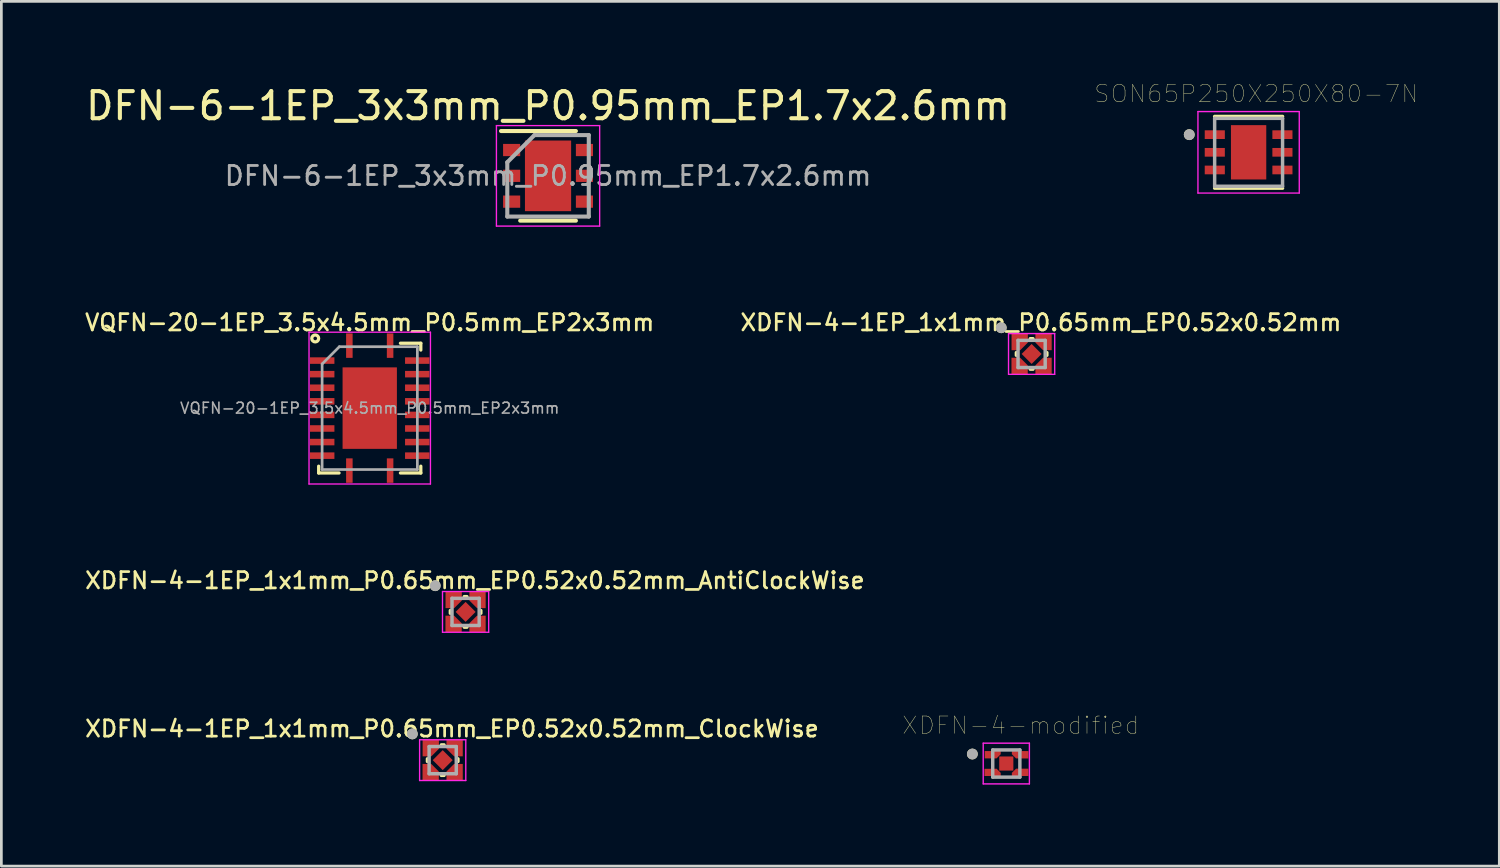
<source format=kicad_pcb>
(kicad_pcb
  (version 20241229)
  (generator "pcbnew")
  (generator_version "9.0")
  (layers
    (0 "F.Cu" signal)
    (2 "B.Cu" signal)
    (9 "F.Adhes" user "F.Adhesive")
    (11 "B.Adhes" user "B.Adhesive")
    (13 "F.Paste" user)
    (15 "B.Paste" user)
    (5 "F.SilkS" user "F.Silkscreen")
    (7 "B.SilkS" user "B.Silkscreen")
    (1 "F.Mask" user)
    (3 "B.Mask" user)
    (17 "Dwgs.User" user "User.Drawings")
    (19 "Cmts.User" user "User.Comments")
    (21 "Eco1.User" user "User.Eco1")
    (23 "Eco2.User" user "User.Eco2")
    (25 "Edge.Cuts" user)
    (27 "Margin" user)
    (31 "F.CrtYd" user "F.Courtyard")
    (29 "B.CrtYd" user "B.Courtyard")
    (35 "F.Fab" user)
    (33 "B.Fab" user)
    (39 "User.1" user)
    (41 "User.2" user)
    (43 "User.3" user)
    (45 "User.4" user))
  (footprint "DFN-6-1EP_3x3mm_P0.95mm_EP1.7x2.6mm"
    (layer "F.Cu")
    (at 17.125 3.423)
    (property "Reference" "DFN-6-1EP_3x3mm_P0.95mm_EP1.7x2.6mm" (at 0 -2.575 0) (layer "F.SilkS") (effects (font (size 1 1) (thickness 0.15))))
    (attr smd)
    (fp_line (start -1.73 -1.65) (end 1.025 -1.65) (stroke (width 0.15) (type solid)) (layer "F.SilkS"))
    (fp_line (start -1.025 1.65) (end 1.025 1.65) (stroke (width 0.15) (type solid)) (layer "F.SilkS"))
    (fp_line (start -1.9 -1.85) (end -1.9 1.85) (stroke (width 0.05) (type solid)) (layer "F.CrtYd"))
    (fp_line (start -1.9 -1.85) (end 1.9 -1.85) (stroke (width 0.05) (type solid)) (layer "F.CrtYd"))
    (fp_line (start -1.9 1.85) (end 1.9 1.85) (stroke (width 0.05) (type solid)) (layer "F.CrtYd"))
    (fp_line (start 1.9 -1.85) (end 1.9 1.85) (stroke (width 0.05) (type solid)) (layer "F.CrtYd"))
    (fp_line (start -1.5 -0.5) (end -0.5 -1.5) (stroke (width 0.15) (type solid)) (layer "F.Fab"))
    (fp_line (start -1.5 1.5) (end -1.5 -0.5) (stroke (width 0.15) (type solid)) (layer "F.Fab"))
    (fp_line (start -0.5 -1.5) (end 1.5 -1.5) (stroke (width 0.15) (type solid)) (layer "F.Fab"))
    (fp_line (start 1.5 -1.5) (end 1.5 1.5) (stroke (width 0.15) (type solid)) (layer "F.Fab"))
    (fp_line (start 1.5 1.5) (end -1.5 1.5) (stroke (width 0.15) (type solid)) (layer "F.Fab"))
    (fp_text user "${REFERENCE}" (at 0 0 0) (layer "F.Fab") (effects (font (size 0.7 0.7) (thickness 0.105))))
    (pad "" smd rect (at -0.425 -0.866) (size 0.66 0.73) (layers "F.Paste"))
    (pad "" smd rect (at -0.425 0) (size 0.66 0.73) (layers "F.Paste"))
    (pad "" smd rect (at -0.425 0.866) (size 0.66 0.73) (layers "F.Paste"))
    (pad "" smd rect (at 0.425 -0.866) (size 0.66 0.73) (layers "F.Paste"))
    (pad "" smd rect (at 0.425 0) (size 0.66 0.73) (layers "F.Paste"))
    (pad "" smd rect (at 0.425 0.866) (size 0.66 0.73) (layers "F.Paste"))
    (pad "1" smd rect (at -1.34 -0.95) (size 0.63 0.45) (layers "F.Cu" "F.Mask" "F.Paste"))
    (pad "2" smd rect (at -1.34 0) (size 0.63 0.45) (layers "F.Cu" "F.Mask" "F.Paste"))
    (pad "3" smd rect (at -1.34 0.95) (size 0.63 0.45) (layers "F.Cu" "F.Mask" "F.Paste"))
    (pad "4" smd rect (at 1.34 0.95) (size 0.63 0.45) (layers "F.Cu" "F.Mask" "F.Paste"))
    (pad "5" smd rect (at 1.34 0) (size 0.63 0.45) (layers "F.Cu" "F.Mask" "F.Paste"))
    (pad "6" smd rect (at 1.34 -0.95) (size 0.63 0.45) (layers "F.Cu" "F.Mask" "F.Paste"))
    (pad "7" smd rect (at 0 0) (size 1.7 2.6) (layers "F.Cu" "F.Mask")))
  (footprint "XDFN-4-1EP_1x1mm_P0.65mm_EP0.52x0.52mm_AntiClockWise"
    (layer "F.Cu")
    (at 14.09 19.476)
    (property "Reference" "XDFN-4-1EP_1x1mm_P0.65mm_EP0.52x0.52mm_AntiClockWise" (at 0.343 -1.156 0) (layer "F.SilkS") (effects (font (size 0.6 0.6) (thickness 0.1))))
    (attr through_hole)
    (fp_line (start -0.564 0.051) (end -0.564 -0.051) (stroke (width 0.12) (type solid)) (layer "F.SilkS"))
    (fp_line (start -0.051 -0.564) (end 0.051 -0.564) (stroke (width 0.12) (type solid)) (layer "F.SilkS"))
    (fp_line (start -0.051 0.564) (end 0.051 0.564) (stroke (width 0.12) (type solid)) (layer "F.SilkS"))
    (fp_line (start 0.564 -0.051) (end 0.564 0.051) (stroke (width 0.12) (type solid)) (layer "F.SilkS"))
    (fp_circle (center -1.118 -0.965) (end -1.018 -0.965) (stroke (width 0.2) (type solid)) (fill no) (layer "F.SilkS"))
    (fp_line (start -0.85 -0.75) (end 0.85 -0.75) (stroke (width 0.05) (type solid)) (layer "F.CrtYd"))
    (fp_line (start -0.85 0.75) (end -0.85 -0.75) (stroke (width 0.05) (type solid)) (layer "F.CrtYd"))
    (fp_line (start 0.85 -0.75) (end 0.85 0.75) (stroke (width 0.05) (type solid)) (layer "F.CrtYd"))
    (fp_line (start 0.85 0.75) (end -0.85 0.75) (stroke (width 0.05) (type solid)) (layer "F.CrtYd"))
    (fp_line (start -0.5 -0.5) (end -0.5 0.5) (stroke (width 0.127) (type solid)) (layer "F.Fab"))
    (fp_line (start -0.5 0.5) (end 0.5 0.5) (stroke (width 0.127) (type solid)) (layer "F.Fab"))
    (fp_line (start 0.5 -0.5) (end -0.5 -0.5) (stroke (width 0.127) (type solid)) (layer "F.Fab"))
    (fp_line (start 0.5 0.5) (end 0.5 -0.5) (stroke (width 0.127) (type solid)) (layer "F.Fab"))
    (fp_circle (center -1.118 -0.965) (end -1.018 -0.965) (stroke (width 0.2) (type solid)) (fill no) (layer "F.Fab"))
    (pad "1" smd custom (at -0.439 -0.439 180) (size 0.1 0.1) (layers "F.Cu" "F.Mask" "F.Paste") (options (anchor rect)) (primitives (gr_poly (pts (xy -0.3 0.3) (xy -0.3 -0.02) (xy -0.02 -0.3) (xy 0.3 -0.3) (xy 0.3 0.3)) (width 0) (fill yes))))
    (pad "2" smd custom (at 0.439 -0.439 90) (size 0.1 0.1) (layers "F.Cu" "F.Mask" "F.Paste") (options (anchor rect)) (primitives (gr_poly (pts (xy -0.3 0.3) (xy -0.3 -0.02) (xy -0.02 -0.3) (xy 0.3 -0.3) (xy 0.3 0.3)) (width 0) (fill yes))))
    (pad "3" smd custom (at 0.439 0.439) (size 0.1 0.1) (layers "F.Cu" "F.Mask" "F.Paste") (options (anchor rect)) (primitives (gr_poly (pts (xy -0.3 0.3) (xy -0.3 -0.02) (xy -0.02 -0.3) (xy 0.3 -0.3) (xy 0.3 0.3)) (width 0) (fill yes))))
    (pad "4" smd custom (at -0.442 0.439 270) (size 0.1 0.1) (layers "F.Cu" "F.Mask" "F.Paste") (options (anchor rect)) (primitives (gr_poly (pts (xy -0.3 0.3) (xy -0.3 -0.02) (xy -0.02 -0.3) (xy 0.3 -0.3) (xy 0.3 0.3)) (width 0) (fill yes))))
    (pad "5" smd rect (at 0 0 45) (size 0.52 0.52) (layers "F.Cu" "F.Mask" "F.Paste")))
  (footprint "XDFN-4-modified"
    (layer "F.Cu")
    (at 33.995 25.058)
    (property "Reference" "XDFN-4-modified" (at 0.532 -1.406 180) (layer "F.SilkS") (effects (font (size 0.64 0.64) (thickness 0.015))))
    (attr through_hole)
    (fp_circle (center -1.25 -0.35) (end -1.15 -0.35) (stroke (width 0.2) (type solid)) (fill no) (layer "F.SilkS"))
    (fp_line (start -0.85 -0.75) (end 0.85 -0.75) (stroke (width 0.05) (type solid)) (layer "F.CrtYd"))
    (fp_line (start -0.85 0.75) (end -0.85 -0.75) (stroke (width 0.05) (type solid)) (layer "F.CrtYd"))
    (fp_line (start 0.85 -0.75) (end 0.85 0.75) (stroke (width 0.05) (type solid)) (layer "F.CrtYd"))
    (fp_line (start 0.85 0.75) (end -0.85 0.75) (stroke (width 0.05) (type solid)) (layer "F.CrtYd"))
    (fp_line (start -0.5 -0.5) (end -0.5 0.5) (stroke (width 0.127) (type solid)) (layer "F.Fab"))
    (fp_line (start -0.5 0.5) (end 0.5 0.5) (stroke (width 0.127) (type solid)) (layer "F.Fab"))
    (fp_line (start 0.5 -0.5) (end -0.5 -0.5) (stroke (width 0.127) (type solid)) (layer "F.Fab"))
    (fp_line (start 0.5 0.5) (end 0.5 -0.5) (stroke (width 0.127) (type solid)) (layer "F.Fab"))
    (fp_circle (center -1.25 -0.35) (end -1.15 -0.35) (stroke (width 0.2) (type solid)) (fill no) (layer "F.Fab"))
    (pad "1" smd custom (at -0.405 -0.325) (size 0.1 0.1) (layers "F.Cu" "F.Mask" "F.Paste") (options (anchor rect)) (primitives (gr_poly (pts (xy -0.385 -0.13) (xy 0.195 -0.13) (xy 0.195 -0.02) (xy 0.045 0.13) (xy -0.385 0.13)) (width 0.01) (fill yes))))
    (pad "2" smd custom (at -0.405 0.325) (size 0.1 0.1) (layers "F.Cu" "F.Mask" "F.Paste") (options (anchor rect)) (primitives (gr_poly (pts (xy -0.395 0.13) (xy 0.195 0.13) (xy 0.195 0.02) (xy 0.045 -0.13) (xy -0.395 -0.125)) (width 0.01) (fill yes))))
    (pad "3" smd custom (at 0.405 0.325) (size 0.1 0.1) (layers "F.Cu" "F.Mask" "F.Paste") (options (anchor rect)) (primitives (gr_poly (pts (xy 0.405 0.13) (xy -0.195 0.13) (xy -0.195 0.02) (xy -0.045 -0.13) (xy 0.405 -0.13)) (width 0.01) (fill yes))))
    (pad "4" smd custom (at 0.405 -0.325) (size 0.1 0.1) (layers "F.Cu" "F.Mask" "F.Paste") (options (anchor rect)) (primitives (gr_poly (pts (xy 0.405 -0.13) (xy -0.195 -0.13) (xy -0.195 -0.02) (xy -0.045 0.13) (xy 0.405 0.135)) (width 0.01) (fill yes))))
    (pad "5" smd rect (at 0 0) (size 0.52 0.52) (layers "F.Cu" "F.Mask" "F.Paste")))
  (footprint "XDFN-4-1EP_1x1mm_P0.65mm_EP0.52x0.52mm"
    (layer "F.Cu")
    (at 34.927 9.98)
    (property "Reference" "XDFN-4-1EP_1x1mm_P0.65mm_EP0.52x0.52mm" (at 0.343 -1.156 0) (layer "F.SilkS") (effects (font (size 0.6 0.6) (thickness 0.1))))
    (attr through_hole)
    (fp_line (start -0.564 0.051) (end -0.564 -0.051) (stroke (width 0.12) (type solid)) (layer "F.SilkS"))
    (fp_line (start -0.051 -0.564) (end 0.051 -0.564) (stroke (width 0.12) (type solid)) (layer "F.SilkS"))
    (fp_line (start -0.051 0.564) (end 0.051 0.564) (stroke (width 0.12) (type solid)) (layer "F.SilkS"))
    (fp_line (start 0.564 -0.051) (end 0.564 0.051) (stroke (width 0.12) (type solid)) (layer "F.SilkS"))
    (fp_circle (center -1.118 -0.965) (end -1.018 -0.965) (stroke (width 0.2) (type solid)) (fill no) (layer "F.SilkS"))
    (fp_line (start -0.85 -0.75) (end 0.85 -0.75) (stroke (width 0.05) (type solid)) (layer "F.CrtYd"))
    (fp_line (start -0.85 0.75) (end -0.85 -0.75) (stroke (width 0.05) (type solid)) (layer "F.CrtYd"))
    (fp_line (start 0.85 -0.75) (end 0.85 0.75) (stroke (width 0.05) (type solid)) (layer "F.CrtYd"))
    (fp_line (start 0.85 0.75) (end -0.85 0.75) (stroke (width 0.05) (type solid)) (layer "F.CrtYd"))
    (fp_line (start -0.5 -0.5) (end -0.5 0.5) (stroke (width 0.127) (type solid)) (layer "F.Fab"))
    (fp_line (start -0.5 0.5) (end 0.5 0.5) (stroke (width 0.127) (type solid)) (layer "F.Fab"))
    (fp_line (start 0.5 -0.5) (end -0.5 -0.5) (stroke (width 0.127) (type solid)) (layer "F.Fab"))
    (fp_line (start 0.5 0.5) (end 0.5 -0.5) (stroke (width 0.127) (type solid)) (layer "F.Fab"))
    (fp_circle (center -1.118 -0.965) (end -1.018 -0.965) (stroke (width 0.2) (type solid)) (fill no) (layer "F.Fab"))
    (pad "1" smd custom (at -0.439 -0.439 180) (size 0.1 0.1) (layers "F.Cu" "F.Mask" "F.Paste") (options (anchor rect)) (primitives (gr_poly (pts (xy -0.3 0.3) (xy -0.3 -0.02) (xy -0.02 -0.3) (xy 0.3 -0.3) (xy 0.3 0.3)) (width 0) (fill yes))))
    (pad "2" smd custom (at -0.442 0.439 270) (size 0.1 0.1) (layers "F.Cu" "F.Mask" "F.Paste") (options (anchor rect)) (primitives (gr_poly (pts (xy -0.3 0.3) (xy -0.3 -0.02) (xy -0.02 -0.3) (xy 0.3 -0.3) (xy 0.3 0.3)) (width 0) (fill yes))))
    (pad "3" smd custom (at 0.439 0.439) (size 0.1 0.1) (layers "F.Cu" "F.Mask" "F.Paste") (options (anchor rect)) (primitives (gr_poly (pts (xy -0.3 0.3) (xy -0.3 -0.02) (xy -0.02 -0.3) (xy 0.3 -0.3) (xy 0.3 0.3)) (width 0) (fill yes))))
    (pad "4" smd custom (at 0.439 -0.439 90) (size 0.1 0.1) (layers "F.Cu" "F.Mask" "F.Paste") (options (anchor rect)) (primitives (gr_poly (pts (xy -0.3 0.3) (xy -0.3 -0.02) (xy -0.02 -0.3) (xy 0.3 -0.3) (xy 0.3 0.3)) (width 0) (fill yes))))
    (pad "5" smd rect (at 0 0 45) (size 0.52 0.52) (layers "F.Cu" "F.Mask" "F.Paste")))
  (footprint "VQFN-20-1EP_3.5x4.5mm_P0.5mm_EP2x3mm"
    (layer "F.Cu")
    (at 10.561 11.974)
    (property "Reference" "VQFN-20-1EP_3.5x4.5mm_P0.5mm_EP2x3mm" (at 0 -3.15 0) (layer "F.SilkS") (effects (font (size 0.6 0.6) (thickness 0.1))))
    (attr smd)
    (fp_line (start -1.88 2.388) (end -1.88 2.138) (stroke (width 0.12) (type solid)) (layer "F.SilkS"))
    (fp_line (start -1.13 2.388) (end -1.88 2.388) (stroke (width 0.12) (type solid)) (layer "F.SilkS"))
    (fp_line (start 1.13 -2.388) (end 1.88 -2.388) (stroke (width 0.12) (type solid)) (layer "F.SilkS"))
    (fp_line (start 1.13 2.388) (end 1.88 2.388) (stroke (width 0.12) (type solid)) (layer "F.SilkS"))
    (fp_line (start 1.88 -2.388) (end 1.88 -2.138) (stroke (width 0.12) (type solid)) (layer "F.SilkS"))
    (fp_line (start 1.88 2.388) (end 1.88 2.138) (stroke (width 0.12) (type solid)) (layer "F.SilkS"))
    (fp_circle (center -2.007 -2.565) (end -1.88 -2.565) (stroke (width 0.12) (type solid)) (fill no) (layer "F.SilkS"))
    (fp_line (start -2.235 -2.794) (end -2.235 2.794) (stroke (width 0.05) (type solid)) (layer "F.CrtYd"))
    (fp_line (start -2.235 -2.794) (end 2.235 -2.794) (stroke (width 0.05) (type solid)) (layer "F.CrtYd"))
    (fp_line (start -2.235 2.794) (end 2.235 2.794) (stroke (width 0.05) (type solid)) (layer "F.CrtYd"))
    (fp_line (start 2.235 -2.794) (end 2.235 2.794) (stroke (width 0.05) (type solid)) (layer "F.CrtYd"))
    (fp_line (start -1.753 -1.625) (end -1.753 2.261) (stroke (width 0.1) (type solid)) (layer "F.Fab"))
    (fp_line (start -1.753 -1.625) (end -1.118 -2.261) (stroke (width 0.1) (type solid)) (layer "F.Fab"))
    (fp_line (start -1.753 2.261) (end 1.753 2.261) (stroke (width 0.1) (type solid)) (layer "F.Fab"))
    (fp_line (start 1.753 -2.261) (end -1.118 -2.261) (stroke (width 0.1) (type solid)) (layer "F.Fab"))
    (fp_line (start 1.753 -2.261) (end 1.753 2.261) (stroke (width 0.1) (type solid)) (layer "F.Fab"))
    (fp_text user "${REFERENCE}" (at 0 0 0) (layer "F.Fab") (effects (font (size 0.4 0.4) (thickness 0.06))))
    (pad "" smd rect (at -0.5 -0.75 270) (size 1 0.5) (layers "F.Paste"))
    (pad "" smd rect (at -0.5 0.75 270) (size 1 0.5) (layers "F.Paste"))
    (pad "" smd rect (at 0.5 -0.75 270) (size 1 0.5) (layers "F.Paste"))
    (pad "" smd rect (at 0.5 0.75 270) (size 1 0.5) (layers "F.Paste"))
    (pad "1" smd rect (at -0.75 -2.3 270) (size 0.9 0.24) (layers "F.Cu" "F.Mask" "F.Paste"))
    (pad "2" smd rect (at -1.75 -1.75) (size 0.9 0.24) (layers "F.Cu" "F.Mask" "F.Paste"))
    (pad "3" smd rect (at -1.75 -1.25) (size 0.9 0.24) (layers "F.Cu" "F.Mask" "F.Paste"))
    (pad "4" smd rect (at -1.75 -0.75) (size 0.9 0.24) (layers "F.Cu" "F.Mask" "F.Paste"))
    (pad "5" smd rect (at -1.75 -0.25) (size 0.9 0.24) (layers "F.Cu" "F.Mask" "F.Paste"))
    (pad "6" smd rect (at -1.75 0.25) (size 0.9 0.24) (layers "F.Cu" "F.Mask" "F.Paste"))
    (pad "7" smd rect (at -1.75 0.75) (size 0.9 0.24) (layers "F.Cu" "F.Mask" "F.Paste"))
    (pad "8" smd rect (at -1.75 1.25) (size 0.9 0.24) (layers "F.Cu" "F.Mask" "F.Paste"))
    (pad "9" smd rect (at -1.75 1.75) (size 0.9 0.24) (layers "F.Cu" "F.Mask" "F.Paste"))
    (pad "10" smd rect (at -0.75 2.3 270) (size 0.9 0.24) (layers "F.Cu" "F.Mask" "F.Paste"))
    (pad "11" smd rect (at 0.75 2.3 270) (size 0.9 0.24) (layers "F.Cu" "F.Mask" "F.Paste"))
    (pad "12" smd rect (at 1.75 1.75) (size 0.9 0.24) (layers "F.Cu" "F.Mask" "F.Paste"))
    (pad "13" smd rect (at 1.75 1.25) (size 0.9 0.24) (layers "F.Cu" "F.Mask" "F.Paste"))
    (pad "14" smd rect (at 1.75 0.75) (size 0.9 0.24) (layers "F.Cu" "F.Mask" "F.Paste"))
    (pad "15" smd rect (at 1.75 0.25) (size 0.9 0.24) (layers "F.Cu" "F.Mask" "F.Paste"))
    (pad "16" smd rect (at 1.75 -0.25) (size 0.9 0.24) (layers "F.Cu" "F.Mask" "F.Paste"))
    (pad "17" smd rect (at 1.75 -0.75) (size 0.9 0.24) (layers "F.Cu" "F.Mask" "F.Paste"))
    (pad "18" smd rect (at 1.75 -1.25) (size 0.9 0.24) (layers "F.Cu" "F.Mask" "F.Paste"))
    (pad "19" smd rect (at 1.75 -1.75) (size 0.9 0.24) (layers "F.Cu" "F.Mask" "F.Paste"))
    (pad "20" smd rect (at 0.75 -2.3 270) (size 0.9 0.24) (layers "F.Cu" "F.Mask" "F.Paste"))
    (pad "21" smd rect (at 0 0 270) (size 3 2) (layers "F.Cu" "F.Mask")))
  (footprint "XDFN-4-1EP_1x1mm_P0.65mm_EP0.52x0.52mm_ClockWise"
    (layer "F.Cu")
    (at 13.247 24.933)
    (property "Reference" "XDFN-4-1EP_1x1mm_P0.65mm_EP0.52x0.52mm_ClockWise" (at 0.343 -1.156 0) (layer "F.SilkS") (effects (font (size 0.6 0.6) (thickness 0.1))))
    (attr through_hole)
    (fp_line (start -0.564 0.051) (end -0.564 -0.051) (stroke (width 0.12) (type solid)) (layer "F.SilkS"))
    (fp_line (start -0.051 -0.564) (end 0.051 -0.564) (stroke (width 0.12) (type solid)) (layer "F.SilkS"))
    (fp_line (start -0.051 0.564) (end 0.051 0.564) (stroke (width 0.12) (type solid)) (layer "F.SilkS"))
    (fp_line (start 0.564 -0.051) (end 0.564 0.051) (stroke (width 0.12) (type solid)) (layer "F.SilkS"))
    (fp_circle (center -1.118 -0.965) (end -1.018 -0.965) (stroke (width 0.2) (type solid)) (fill no) (layer "F.SilkS"))
    (fp_line (start -0.85 -0.75) (end 0.85 -0.75) (stroke (width 0.05) (type solid)) (layer "F.CrtYd"))
    (fp_line (start -0.85 0.75) (end -0.85 -0.75) (stroke (width 0.05) (type solid)) (layer "F.CrtYd"))
    (fp_line (start 0.85 -0.75) (end 0.85 0.75) (stroke (width 0.05) (type solid)) (layer "F.CrtYd"))
    (fp_line (start 0.85 0.75) (end -0.85 0.75) (stroke (width 0.05) (type solid)) (layer "F.CrtYd"))
    (fp_line (start -0.5 -0.5) (end -0.5 0.5) (stroke (width 0.127) (type solid)) (layer "F.Fab"))
    (fp_line (start -0.5 0.5) (end 0.5 0.5) (stroke (width 0.127) (type solid)) (layer "F.Fab"))
    (fp_line (start 0.5 -0.5) (end -0.5 -0.5) (stroke (width 0.127) (type solid)) (layer "F.Fab"))
    (fp_line (start 0.5 0.5) (end 0.5 -0.5) (stroke (width 0.127) (type solid)) (layer "F.Fab"))
    (fp_circle (center -1.118 -0.965) (end -1.018 -0.965) (stroke (width 0.2) (type solid)) (fill no) (layer "F.Fab"))
    (pad "1" smd custom (at -0.439 -0.439 180) (size 0.1 0.1) (layers "F.Cu" "F.Mask" "F.Paste") (options (anchor rect)) (primitives (gr_poly (pts (xy -0.3 0.3) (xy -0.3 -0.02) (xy -0.02 -0.3) (xy 0.3 -0.3) (xy 0.3 0.3)) (width 0) (fill yes))))
    (pad "2" smd custom (at -0.442 0.439 270) (size 0.1 0.1) (layers "F.Cu" "F.Mask" "F.Paste") (options (anchor rect)) (primitives (gr_poly (pts (xy -0.3 0.3) (xy -0.3 -0.02) (xy -0.02 -0.3) (xy 0.3 -0.3) (xy 0.3 0.3)) (width 0) (fill yes))))
    (pad "3" smd custom (at 0.439 0.439) (size 0.1 0.1) (layers "F.Cu" "F.Mask" "F.Paste") (options (anchor rect)) (primitives (gr_poly (pts (xy -0.3 0.3) (xy -0.3 -0.02) (xy -0.02 -0.3) (xy 0.3 -0.3) (xy 0.3 0.3)) (width 0) (fill yes))))
    (pad "4" smd custom (at 0.439 -0.439 90) (size 0.1 0.1) (layers "F.Cu" "F.Mask" "F.Paste") (options (anchor rect)) (primitives (gr_poly (pts (xy -0.3 0.3) (xy -0.3 -0.02) (xy -0.02 -0.3) (xy 0.3 -0.3) (xy 0.3 0.3)) (width 0) (fill yes))))
    (pad "5" smd rect (at 0 0 45) (size 0.52 0.52) (layers "F.Cu" "F.Mask" "F.Paste")))
  (footprint "SON65P250X250X80-7N"
    (layer "F.Cu")
    (at 42.915 2.557)
    (property "Reference" "SON65P250X250X80-7N" (at 0.282 -2.156 0) (layer "F.SilkS") (effects (font (size 0.64 0.64) (thickness 0.015))))
    (attr through_hole)
    (fp_line (start -1.25 -1.32) (end 1.25 -1.32) (stroke (width 0.127) (type solid)) (layer "F.SilkS"))
    (fp_line (start -1.25 1.32) (end 1.25 1.32) (stroke (width 0.127) (type solid)) (layer "F.SilkS"))
    (fp_circle (center -2.185 -0.65) (end -2.085 -0.65) (stroke (width 0.2) (type solid)) (fill no) (layer "F.SilkS"))
    (fp_poly (pts (xy -0.41 -0.63) (xy 0.41 -0.63) (xy 0.41 0.63) (xy -0.41 0.63)) (stroke (width 0.01) (type solid)) (fill yes) (layer "F.Paste"))
    (fp_line (start -1.865 -1.5) (end -1.865 1.5) (stroke (width 0.05) (type solid)) (layer "F.CrtYd"))
    (fp_line (start -1.865 -1.5) (end 1.865 -1.5) (stroke (width 0.05) (type solid)) (layer "F.CrtYd"))
    (fp_line (start -1.865 1.5) (end 1.865 1.5) (stroke (width 0.05) (type solid)) (layer "F.CrtYd"))
    (fp_line (start 1.865 -1.5) (end 1.865 1.5) (stroke (width 0.05) (type solid)) (layer "F.CrtYd"))
    (fp_line (start -1.25 -1.25) (end -1.25 1.25) (stroke (width 0.127) (type solid)) (layer "F.Fab"))
    (fp_line (start -1.25 -1.25) (end 1.25 -1.25) (stroke (width 0.127) (type solid)) (layer "F.Fab"))
    (fp_line (start -1.25 1.25) (end 1.25 1.25) (stroke (width 0.127) (type solid)) (layer "F.Fab"))
    (fp_line (start 1.25 -1.25) (end 1.25 1.25) (stroke (width 0.127) (type solid)) (layer "F.Fab"))
    (fp_circle (center -2.185 -0.65) (end -2.085 -0.65) (stroke (width 0.2) (type solid)) (fill no) (layer "F.Fab"))
    (pad "1" smd rect (at -1.245 -0.65) (size 0.74 0.32) (layers "F.Cu" "F.Mask" "F.Paste"))
    (pad "2" smd rect (at -1.245 0) (size 0.74 0.32) (layers "F.Cu" "F.Mask" "F.Paste"))
    (pad "3" smd rect (at -1.245 0.65) (size 0.74 0.32) (layers "F.Cu" "F.Mask" "F.Paste"))
    (pad "4" smd rect (at 1.245 0.65) (size 0.74 0.32) (layers "F.Cu" "F.Mask" "F.Paste"))
    (pad "5" smd rect (at 1.245 0) (size 0.74 0.32) (layers "F.Cu" "F.Mask" "F.Paste"))
    (pad "6" smd rect (at 1.245 -0.65) (size 0.74 0.32) (layers "F.Cu" "F.Mask" "F.Paste"))
    (pad "7" smd rect (at 0 0) (size 1.3 2) (layers "F.Cu" "F.Mask")))
  (gr_rect
    (start -3 -3)
    (end 52.144 28.833)
    (stroke (width 0.1) (type default))
    (fill no)
    (layer "Edge.Cuts")))
</source>
